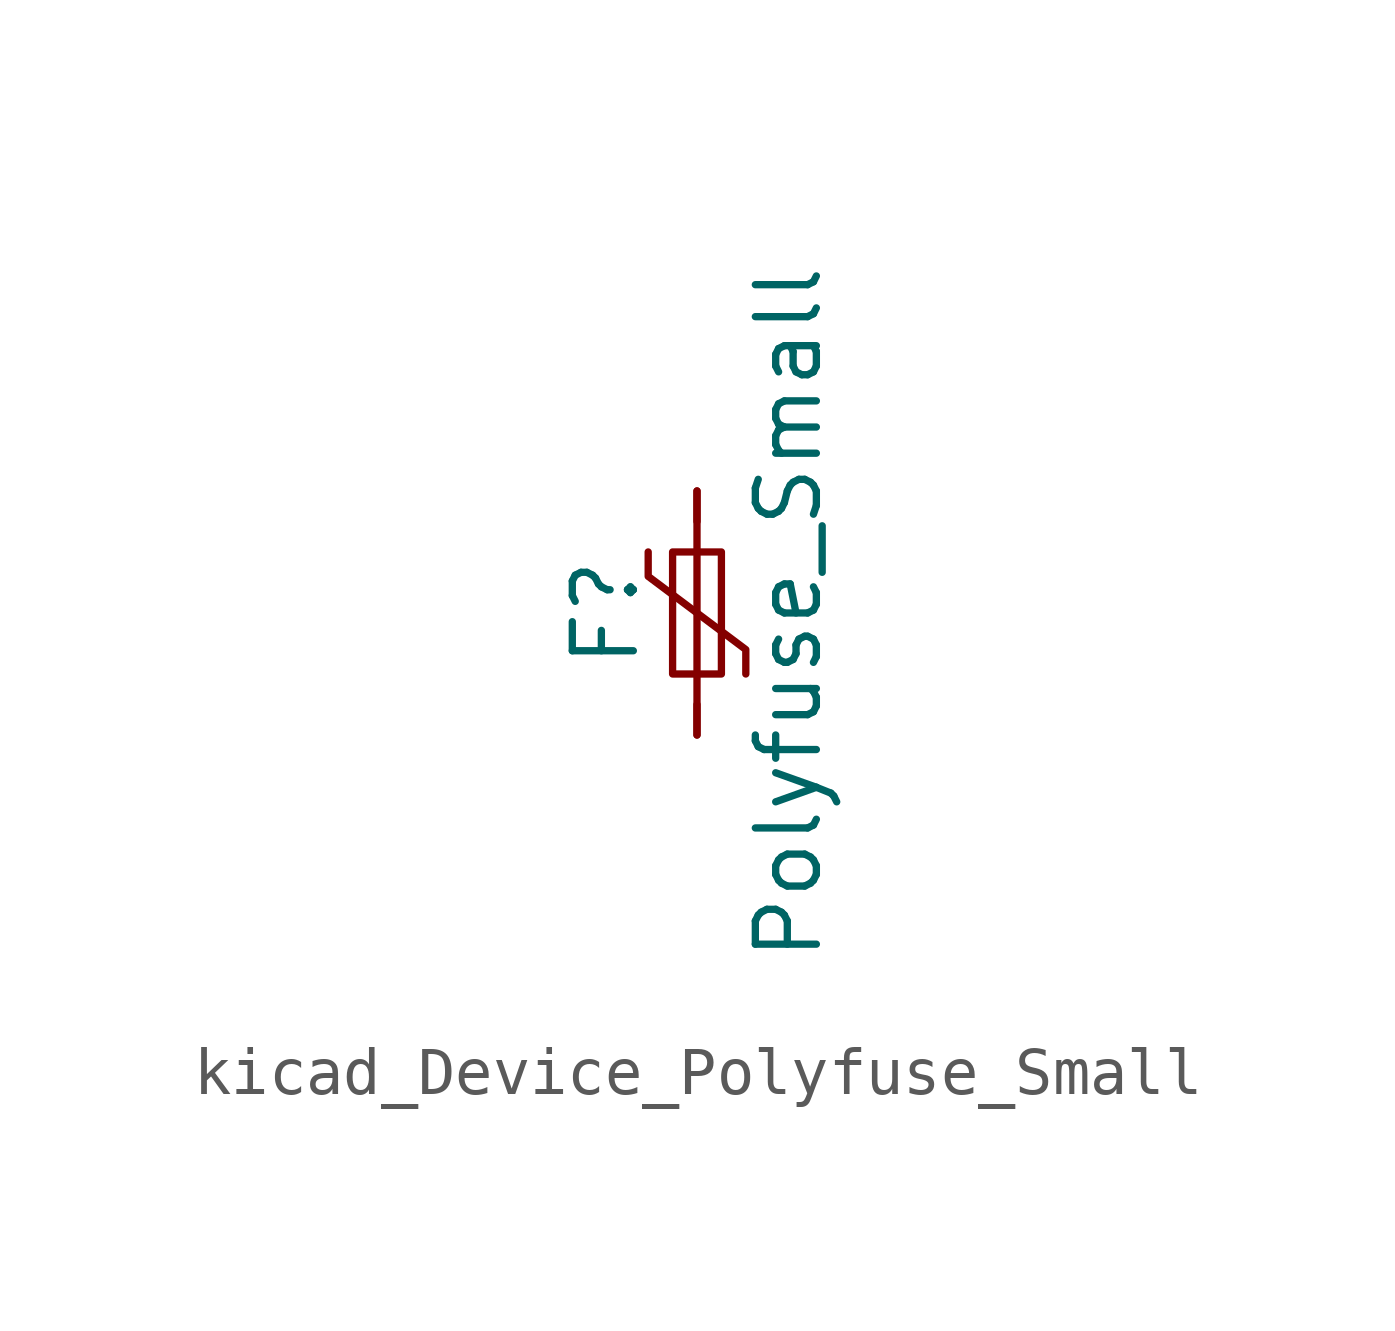
<source format=kicad_sym>
(kicad_symbol_lib
  (version 20220914)
  (generator kicad_symbol_editor)
  (symbol "kicad_Device_Polyfuse_Small"
    (pin_numbers hide)
    (pin_names
      (offset 0))
    (property "Reference" "F"
      (at -1.905 0 90)
      (effects (font (size 1.27 1.27))))
    (property "Value" "Polyfuse_Small"
      (at 1.905 0 90)
      (effects (font (size 1.27 1.27))))
    (symbol "kicad_Device_Polyfuse_Small_0_1"
      (rectangle (start -0.508 1.27) (end 0.508 -1.27) (stroke (width 0) (type default)) (fill (type none)))
      (polyline (pts (xy 0 2.54) (xy 0 -2.54)) (stroke (width 0) (type default)) (fill (type none)))
      (polyline (pts (xy -1.016 1.27) (xy -1.016 0.762) (xy 1.016 -0.762) (xy 1.016 -1.27)) (stroke (width 0) (type default)) (fill (type none))))
    (symbol "kicad_Device_Polyfuse_Small_1_1"
      (pin passive line (at 0 2.54 270) (length 0.635) (name "~" (effects (font (size 1.27 1.27)))) (number "1" (effects (font (size 1.27 1.27)))))
      (pin passive line (at 0 -2.54 90) (length 0.635) (name "~" (effects (font (size 1.27 1.27)))) (number "2" (effects (font (size 1.27 1.27))))))))
</source>
